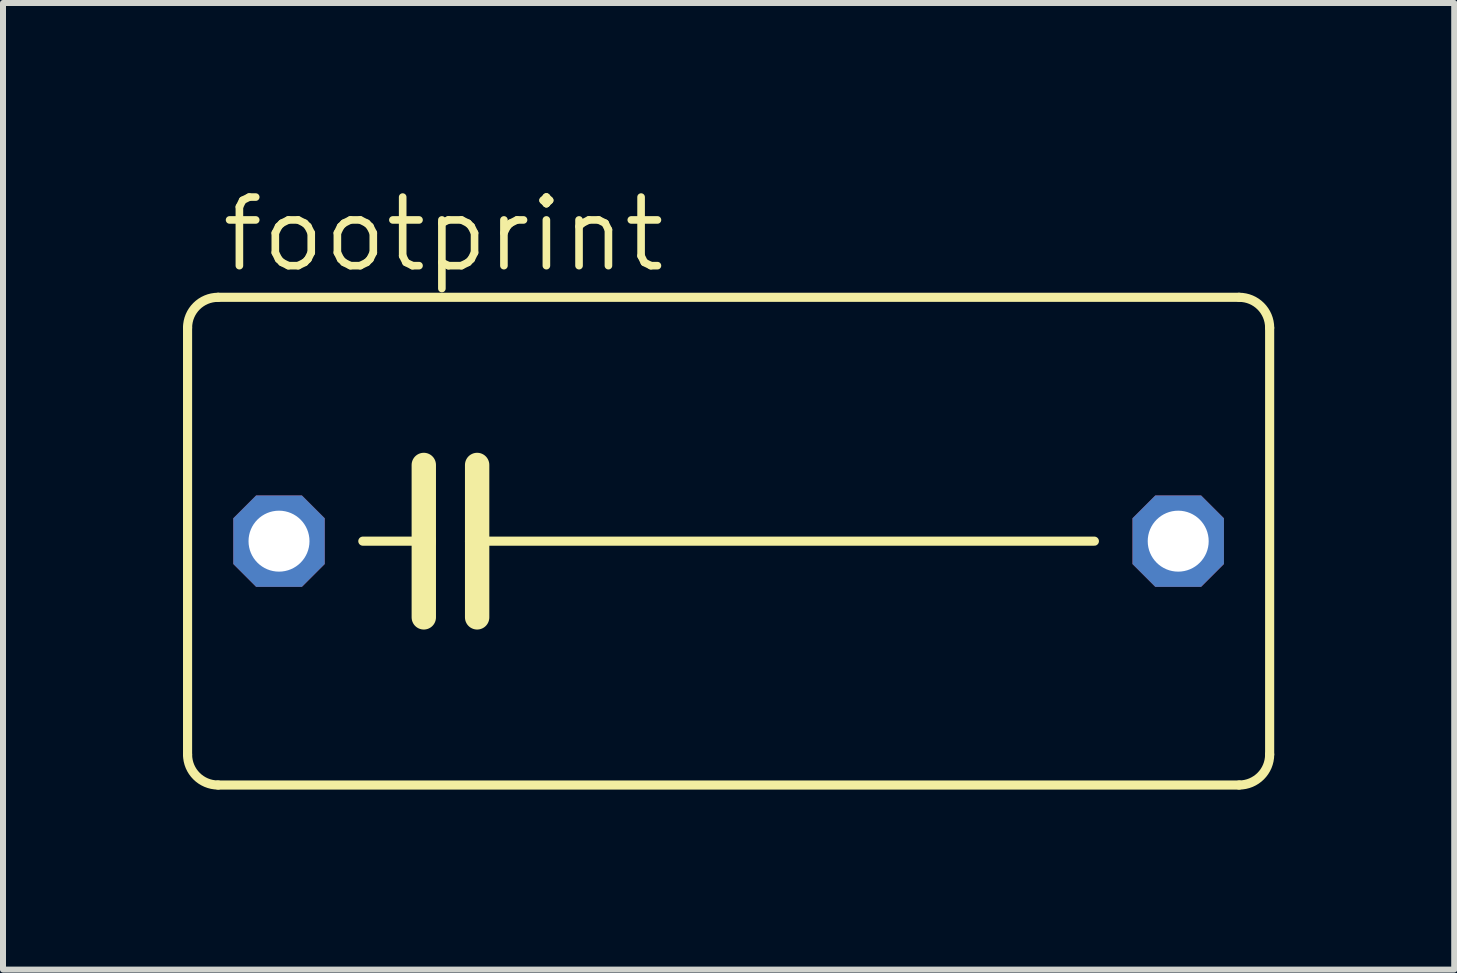
<source format=kicad_pcb>
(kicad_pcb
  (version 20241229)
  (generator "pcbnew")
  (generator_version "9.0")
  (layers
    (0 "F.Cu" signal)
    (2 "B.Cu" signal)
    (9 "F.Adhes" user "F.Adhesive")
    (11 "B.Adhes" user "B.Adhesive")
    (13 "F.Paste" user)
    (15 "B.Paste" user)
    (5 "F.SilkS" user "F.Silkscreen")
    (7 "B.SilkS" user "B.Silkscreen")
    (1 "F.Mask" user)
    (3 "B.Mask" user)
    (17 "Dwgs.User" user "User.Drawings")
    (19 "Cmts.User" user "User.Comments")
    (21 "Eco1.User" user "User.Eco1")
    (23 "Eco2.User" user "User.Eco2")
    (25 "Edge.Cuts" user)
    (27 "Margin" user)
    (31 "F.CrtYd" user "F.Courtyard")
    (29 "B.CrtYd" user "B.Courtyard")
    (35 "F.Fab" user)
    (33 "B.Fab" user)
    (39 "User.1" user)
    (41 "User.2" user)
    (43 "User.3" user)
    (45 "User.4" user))
  (footprint "footprint"
    (layer "F.Cu")
    (at 9.093 5.969)
    (property "Reference" "footprint" (at -8.509 -4.445 0) (layer "F.SilkS") (effects (font (size 1.143 1.143) (thickness 0.127)) (justify left bottom)))
    (fp_line (start -9.017 3.556) (end -9.017 -3.556) (stroke (width 0.152) (type solid)) (layer "F.SilkS"))
    (fp_line (start -8.509 -4.064) (end 8.509 -4.064) (stroke (width 0.152) (type solid)) (layer "F.SilkS"))
    (fp_line (start -5.08 -1.27) (end -5.08 0) (stroke (width 0.406) (type solid)) (layer "F.SilkS"))
    (fp_line (start -5.08 0) (end -6.096 0) (stroke (width 0.152) (type solid)) (layer "F.SilkS"))
    (fp_line (start -5.08 0) (end -5.08 1.27) (stroke (width 0.406) (type solid)) (layer "F.SilkS"))
    (fp_line (start -4.191 -1.27) (end -4.191 0) (stroke (width 0.406) (type solid)) (layer "F.SilkS"))
    (fp_line (start -4.191 0) (end -4.191 1.27) (stroke (width 0.406) (type solid)) (layer "F.SilkS"))
    (fp_line (start -4.191 0) (end 6.096 0) (stroke (width 0.152) (type solid)) (layer "F.SilkS"))
    (fp_line (start 8.509 4.064) (end -8.509 4.064) (stroke (width 0.152) (type solid)) (layer "F.SilkS"))
    (fp_line (start 9.017 -3.556) (end 9.017 3.556) (stroke (width 0.152) (type solid)) (layer "F.SilkS"))
    (fp_arc (start -9.017 -3.556) (mid -8.86821 -3.91521) (end -8.509 -4.064) (stroke (width 0.1524) (type solid)) (layer "F.SilkS"))
    (fp_arc (start -8.509 4.064) (mid -8.86821 3.91521) (end -9.017 3.556) (stroke (width 0.1524) (type solid)) (layer "F.SilkS"))
    (fp_arc (start 8.509 -4.064) (mid 8.86821 -3.91521) (end 9.017 -3.556) (stroke (width 0.1524) (type solid)) (layer "F.SilkS"))
    (fp_arc (start 9.017 3.556) (mid 8.86821 3.91521) (end 8.509 4.064) (stroke (width 0.1524) (type solid)) (layer "F.SilkS"))
    (pad "1" thru_hole roundrect (at -7.493 0) (size 1.524 1.524) (drill 1.016) (layers "*.Cu" "*.Mask") (roundrect_rratio 0.25) (chamfer_ratio 0.25) (chamfer top_left top_right bottom_left bottom_right))
    (pad "2" thru_hole roundrect (at 7.493 0) (size 1.524 1.524) (drill 1.016) (layers "*.Cu" "*.Mask") (roundrect_rratio 0.25) (chamfer_ratio 0.25) (chamfer top_left top_right bottom_left bottom_right)))
  (gr_rect
    (start -3 -3)
    (end 21.186 13.109)
    (stroke (width 0.1) (type default))
    (fill no)
    (layer "Edge.Cuts")))
</source>
